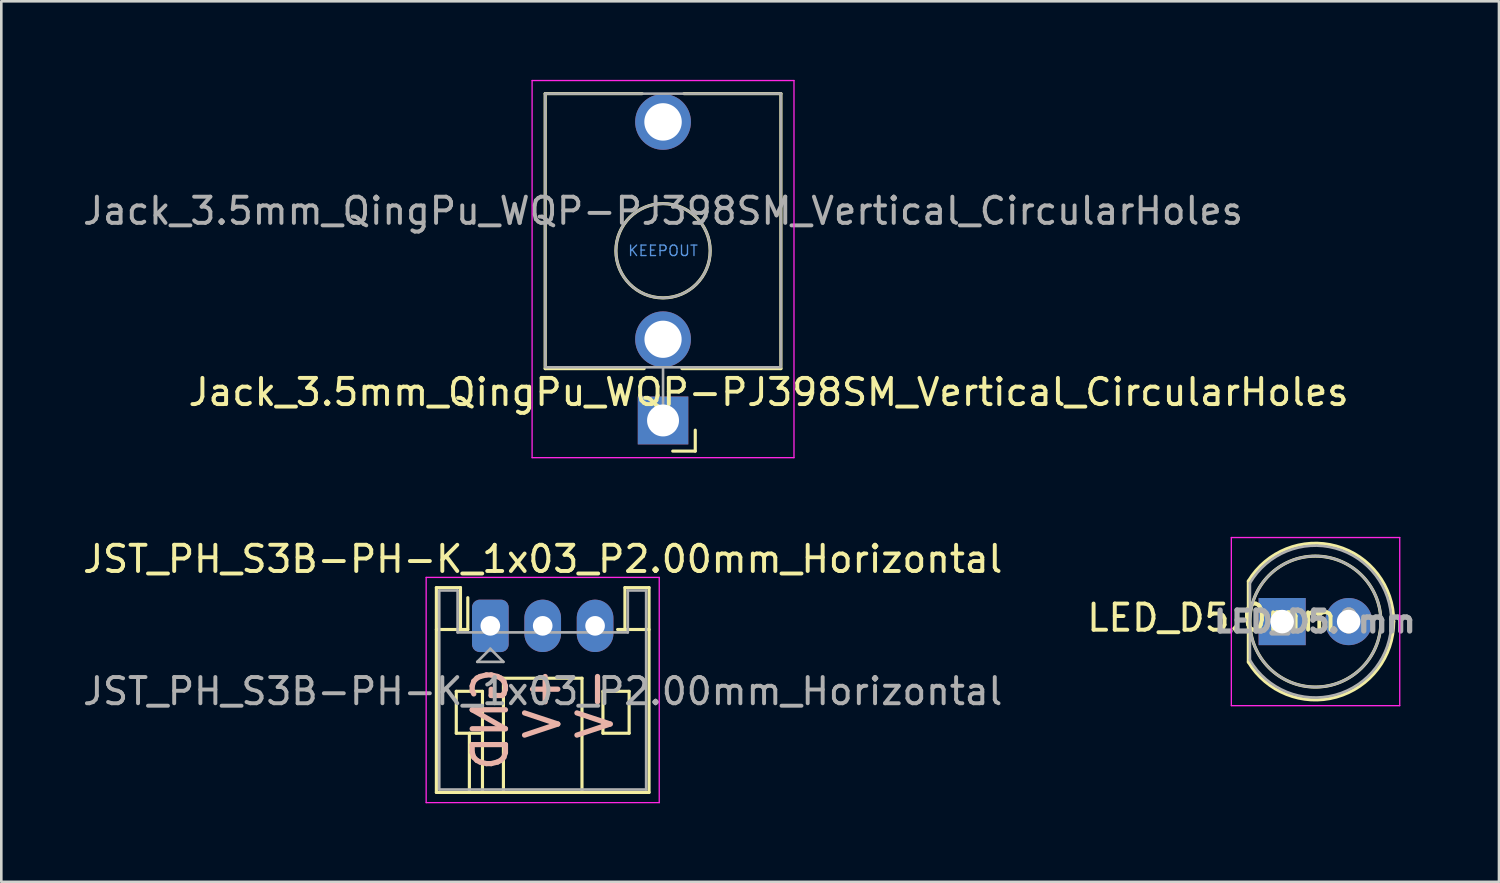
<source format=kicad_pcb>
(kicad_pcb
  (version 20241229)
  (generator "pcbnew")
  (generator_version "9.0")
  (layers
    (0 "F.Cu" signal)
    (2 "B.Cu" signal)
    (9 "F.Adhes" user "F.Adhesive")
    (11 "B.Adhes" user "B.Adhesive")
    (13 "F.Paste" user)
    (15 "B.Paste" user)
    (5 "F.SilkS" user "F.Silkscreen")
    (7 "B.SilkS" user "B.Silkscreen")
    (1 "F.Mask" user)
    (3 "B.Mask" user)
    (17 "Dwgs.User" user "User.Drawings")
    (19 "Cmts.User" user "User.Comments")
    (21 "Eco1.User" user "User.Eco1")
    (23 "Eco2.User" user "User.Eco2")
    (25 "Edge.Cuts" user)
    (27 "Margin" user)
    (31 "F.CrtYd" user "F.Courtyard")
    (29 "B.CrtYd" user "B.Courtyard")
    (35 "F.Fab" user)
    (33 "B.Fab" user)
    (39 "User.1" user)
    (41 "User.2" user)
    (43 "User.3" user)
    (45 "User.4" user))
  (footprint "LED_D5.0mm"
    (layer "F.Cu")
    (at 45.908 20.685)
    (property "Reference" "LED_D5.0mm" (at -2.676 -0.144 0) (layer "F.SilkS") (effects (font (size 1 1) (thickness 0.15))))
    (attr through_hole)
    (fp_line (start -1.29 -1.545) (end -1.29 1.545) (stroke (width 0.12) (type solid)) (layer "F.SilkS"))
    (fp_arc (start -1.29 -1.54483) (mid 2.071756 -2.880501) (end 4.26 -0.000048) (stroke (width 0.12) (type solid)) (layer "F.SilkS"))
    (fp_arc (start 4.26 0.000048) (mid 2.071756 2.880501) (end -1.29 1.54483) (stroke (width 0.12) (type solid)) (layer "F.SilkS"))
    (fp_circle (center 1.27 0) (end 3.77 0) (stroke (width 0.12) (type solid)) (fill no) (layer "F.SilkS"))
    (fp_line (start -1.94 -3.21) (end -1.94 3.21) (stroke (width 0.05) (type solid)) (layer "F.CrtYd"))
    (fp_line (start -1.94 3.21) (end 4.49 3.21) (stroke (width 0.05) (type solid)) (layer "F.CrtYd"))
    (fp_line (start 4.49 -3.21) (end -1.94 -3.21) (stroke (width 0.05) (type solid)) (layer "F.CrtYd"))
    (fp_line (start 4.49 3.21) (end 4.49 -3.21) (stroke (width 0.05) (type solid)) (layer "F.CrtYd"))
    (fp_line (start -1.23 -1.47) (end -1.23 1.47) (stroke (width 0.1) (type solid)) (layer "F.Fab"))
    (fp_arc (start -1.23 -1.469694) (mid 4.17 -0.000045) (end -1.229954 1.469772) (stroke (width 0.1) (type solid)) (layer "F.Fab"))
    (fp_circle (center 1.27 0) (end 3.77 0) (stroke (width 0.1) (type solid)) (fill no) (layer "F.Fab"))
    (fp_text user "${REFERENCE}" (at 1.25 0 0) (layer "F.Fab") (effects (font (size 0.8 0.8) (thickness 0.2))))
    (pad "1" thru_hole rect (at 0 0) (size 1.8 1.8) (drill 0.9) (layers "*.Cu" "*.Mask"))
    (pad "2" thru_hole circle (at 2.54 0) (size 1.8 1.8) (drill 0.9) (layers "*.Cu" "*.Mask")))
  (footprint "Jack_3.5mm_QingPu_WQP-PJ398SM_Vertical_CircularHoles"
    (layer "F.Cu")
    (at 22.268 6.525)
    (property "Reference" "Jack_3.5mm_QingPu_WQP-PJ398SM_Vertical_CircularHoles" (at 4.03 5.4 0) (layer "F.SilkS") (effects (font (size 1 1) (thickness 0.15))))
    (attr through_hole)
    (fp_line (start -4.5 -6) (end -0.8 -6) (stroke (width 0.12) (type solid)) (layer "F.SilkS"))
    (fp_line (start -4.5 4.5) (end -4.5 -6) (stroke (width 0.12) (type solid)) (layer "F.SilkS"))
    (fp_line (start -4.5 4.5) (end -0.72 4.5) (stroke (width 0.12) (type solid)) (layer "F.SilkS"))
    (fp_line (start 0.72 4.5) (end 4.5 4.5) (stroke (width 0.12) (type solid)) (layer "F.SilkS"))
    (fp_line (start 0.8 -6) (end 4.5 -6) (stroke (width 0.12) (type solid)) (layer "F.SilkS"))
    (fp_line (start 1.23 7.65) (end 0.37 7.65) (stroke (width 0.12) (type solid)) (layer "F.SilkS"))
    (fp_line (start 1.23 7.65) (end 1.23 6.85) (stroke (width 0.12) (type solid)) (layer "F.SilkS"))
    (fp_line (start 4.5 4.5) (end 4.5 -6) (stroke (width 0.12) (type solid)) (layer "F.SilkS"))
    (fp_circle (center 0 0) (end -1.8 0) (stroke (width 0.12) (type solid)) (fill no) (layer "F.SilkS"))
    (fp_line (start -5 -6.5) (end -5 7.9) (stroke (width 0.05) (type solid)) (layer "F.CrtYd"))
    (fp_line (start -5 -6.5) (end 5 -6.5) (stroke (width 0.05) (type solid)) (layer "F.CrtYd"))
    (fp_line (start -5 7.9) (end 5 7.9) (stroke (width 0.05) (type solid)) (layer "F.CrtYd"))
    (fp_line (start 5 -6.5) (end 5 7.9) (stroke (width 0.05) (type solid)) (layer "F.CrtYd"))
    (fp_line (start -4.5 -6) (end -4.5 4.4) (stroke (width 0.1) (type solid)) (layer "F.Fab"))
    (fp_line (start -4.5 -6) (end 4.5 -6) (stroke (width 0.1) (type solid)) (layer "F.Fab"))
    (fp_line (start -4.5 4.45) (end 4.5 4.45) (stroke (width 0.1) (type solid)) (layer "F.Fab"))
    (fp_line (start 0 6.48) (end 0 4.45) (stroke (width 0.1) (type solid)) (layer "F.Fab"))
    (fp_line (start 4.5 -6) (end 4.5 4.4) (stroke (width 0.1) (type solid)) (layer "F.Fab"))
    (fp_circle (center 0 0) (end -1.8 0) (stroke (width 0.1) (type solid)) (fill no) (layer "F.Fab"))
    (fp_text user "KEEPOUT" (at 0 0 180) (layer "Cmts.User") (effects (font (size 0.4 0.4) (thickness 0.051))))
    (fp_text user "${REFERENCE}" (at 0 -1.52 0) (layer "F.Fab") (effects (font (size 1 1) (thickness 0.15))))
    (pad "S" thru_hole rect (at 0 6.48) (size 1.93 1.83) (drill 1.22) (layers "*.Cu" "*.Mask"))
    (pad "T" thru_hole circle (at 0 -4.92) (size 2.13 2.13) (drill 1.43) (layers "*.Cu" "*.Mask"))
    (pad "TN" thru_hole circle (at 0 3.38) (size 2.13 2.13) (drill 1.42) (layers "*.Cu" "*.Mask"))
    (zone (net_name "") (layer "F.Cu") (hatch full 0.508) (connect_pads) (min_thickness 0.254) (filled_areas_thickness no) (keepout (tracks not_allowed) (vias not_allowed) (pads not_allowed) (copperpour not_allowed) (footprints not_allowed)) (placement (enabled no)) (fill) (polygon (pts (xy 20.763 6.525) (xy 20.783 6.771) (xy 20.843 7.01) (xy 20.941 7.236) (xy 21.075 7.443) (xy 21.241 7.626) (xy 21.435 7.779) (xy 21.651 7.898) (xy 21.883 7.98) (xy 22.126 8.023) (xy 22.373 8.026) (xy 22.617 7.989) (xy 22.851 7.913) (xy 23.07 7.799) (xy 23.267 7.651) (xy 23.438 7.472) (xy 23.577 7.268) (xy 23.68 7.045) (xy 23.746 6.807) (xy 23.773 6.562) (xy 23.758 6.316) (xy 23.704 6.075) (xy 23.611 5.846) (xy 23.482 5.636) (xy 23.321 5.45) (xy 23.131 5.292) (xy 22.918 5.168) (xy 22.688 5.08) (xy 22.446 5.03) (xy 22.2 5.021) (xy 21.955 5.053) (xy 21.719 5.124) (xy 21.497 5.232) (xy 21.296 5.375) (xy 21.122 5.549) (xy 20.978 5.75) (xy 20.868 5.971) (xy 20.797 6.207) (xy 20.765 6.451)))))
  (footprint "JST_PH_S3B-PH-K_1x03_P2.00mm_Horizontal"
    (layer "F.Cu")
    (at 15.673 20.848)
    (property "Reference" "JST_PH_S3B-PH-K_1x03_P2.00mm_Horizontal" (at 2 -2.55 0) (layer "F.SilkS") (effects (font (size 1 1) (thickness 0.15))))
    (attr through_hole)
    (fp_line (start -2.06 -1.46) (end -2.06 6.36) (stroke (width 0.12) (type solid)) (layer "F.SilkS"))
    (fp_line (start -2.06 0.14) (end -1.14 0.14) (stroke (width 0.12) (type solid)) (layer "F.SilkS"))
    (fp_line (start -2.06 6.36) (end 6.06 6.36) (stroke (width 0.12) (type solid)) (layer "F.SilkS"))
    (fp_line (start -1.3 2.5) (end -1.3 4.1) (stroke (width 0.12) (type solid)) (layer "F.SilkS"))
    (fp_line (start -1.3 4.1) (end -0.3 4.1) (stroke (width 0.12) (type solid)) (layer "F.SilkS"))
    (fp_line (start -1.14 -1.46) (end -2.06 -1.46) (stroke (width 0.12) (type solid)) (layer "F.SilkS"))
    (fp_line (start -1.14 0.14) (end -1.14 -1.46) (stroke (width 0.12) (type solid)) (layer "F.SilkS"))
    (fp_line (start -0.86 0.14) (end -1.14 0.14) (stroke (width 0.12) (type solid)) (layer "F.SilkS"))
    (fp_line (start -0.86 0.14) (end -0.86 -1.075) (stroke (width 0.12) (type solid)) (layer "F.SilkS"))
    (fp_line (start -0.8 4.1) (end -0.8 6.36) (stroke (width 0.12) (type solid)) (layer "F.SilkS"))
    (fp_line (start -0.3 2.5) (end -1.3 2.5) (stroke (width 0.12) (type solid)) (layer "F.SilkS"))
    (fp_line (start -0.3 4.1) (end -0.3 2.5) (stroke (width 0.12) (type solid)) (layer "F.SilkS"))
    (fp_line (start -0.3 4.1) (end -0.3 6.36) (stroke (width 0.12) (type solid)) (layer "F.SilkS"))
    (fp_line (start 0.5 2) (end 3.5 2) (stroke (width 0.12) (type solid)) (layer "F.SilkS"))
    (fp_line (start 0.5 6.36) (end 0.5 2) (stroke (width 0.12) (type solid)) (layer "F.SilkS"))
    (fp_line (start 3.5 2) (end 3.5 6.36) (stroke (width 0.12) (type solid)) (layer "F.SilkS"))
    (fp_line (start 4.3 2.5) (end 5.3 2.5) (stroke (width 0.12) (type solid)) (layer "F.SilkS"))
    (fp_line (start 4.3 4.1) (end 4.3 2.5) (stroke (width 0.12) (type solid)) (layer "F.SilkS"))
    (fp_line (start 5.14 -1.46) (end 5.14 0.14) (stroke (width 0.12) (type solid)) (layer "F.SilkS"))
    (fp_line (start 5.14 0.14) (end 4.86 0.14) (stroke (width 0.12) (type solid)) (layer "F.SilkS"))
    (fp_line (start 5.3 2.5) (end 5.3 4.1) (stroke (width 0.12) (type solid)) (layer "F.SilkS"))
    (fp_line (start 5.3 4.1) (end 4.3 4.1) (stroke (width 0.12) (type solid)) (layer "F.SilkS"))
    (fp_line (start 6.06 -1.46) (end 5.14 -1.46) (stroke (width 0.12) (type solid)) (layer "F.SilkS"))
    (fp_line (start 6.06 0.14) (end 5.14 0.14) (stroke (width 0.12) (type solid)) (layer "F.SilkS"))
    (fp_line (start 6.06 6.36) (end 6.06 -1.46) (stroke (width 0.12) (type solid)) (layer "F.SilkS"))
    (fp_line (start -2.45 -1.85) (end -2.45 6.75) (stroke (width 0.05) (type solid)) (layer "F.CrtYd"))
    (fp_line (start -2.45 6.75) (end 6.45 6.75) (stroke (width 0.05) (type solid)) (layer "F.CrtYd"))
    (fp_line (start 6.45 -1.85) (end -2.45 -1.85) (stroke (width 0.05) (type solid)) (layer "F.CrtYd"))
    (fp_line (start 6.45 6.75) (end 6.45 -1.85) (stroke (width 0.05) (type solid)) (layer "F.CrtYd"))
    (fp_line (start -1.95 -1.35) (end -1.95 6.25) (stroke (width 0.1) (type solid)) (layer "F.Fab"))
    (fp_line (start -1.95 6.25) (end 5.95 6.25) (stroke (width 0.1) (type solid)) (layer "F.Fab"))
    (fp_line (start -1.25 -1.35) (end -1.95 -1.35) (stroke (width 0.1) (type solid)) (layer "F.Fab"))
    (fp_line (start -1.25 0.25) (end -1.25 -1.35) (stroke (width 0.1) (type solid)) (layer "F.Fab"))
    (fp_line (start -0.5 1.375) (end 0.5 1.375) (stroke (width 0.1) (type solid)) (layer "F.Fab"))
    (fp_line (start 0 0.875) (end -0.5 1.375) (stroke (width 0.1) (type solid)) (layer "F.Fab"))
    (fp_line (start 0.5 1.375) (end 0 0.875) (stroke (width 0.1) (type solid)) (layer "F.Fab"))
    (fp_line (start 5.25 -1.35) (end 5.25 0.25) (stroke (width 0.1) (type solid)) (layer "F.Fab"))
    (fp_line (start 5.25 0.25) (end -1.25 0.25) (stroke (width 0.1) (type solid)) (layer "F.Fab"))
    (fp_line (start 5.95 -1.35) (end 5.25 -1.35) (stroke (width 0.1) (type solid)) (layer "F.Fab"))
    (fp_line (start 5.95 6.25) (end 5.95 -1.35) (stroke (width 0.1) (type solid)) (layer "F.Fab"))
    (fp_text user "-V" (at 4 1.5 90) (unlocked yes) (layer "B.SilkS") (effects (font (size 1.27 1.27) (thickness 0.2)) (justify left mirror)))
    (fp_text user "+V" (at 2 1.5 90) (unlocked yes) (layer "B.SilkS") (effects (font (size 1.27 1.27) (thickness 0.2)) (justify left mirror)))
    (fp_text user "GND" (at 0 1.5 90) (unlocked yes) (layer "B.SilkS") (effects (font (size 1.27 1.27) (thickness 0.2)) (justify left mirror)))
    (fp_text user "${REFERENCE}" (at 2 2.5 0) (layer "F.Fab") (effects (font (size 1 1) (thickness 0.15))))
    (pad "1" thru_hole roundrect (at 0 0) (size 1.4 2) (drill 0.75) (layers "*.Cu" "*.Mask") (roundrect_rratio 0.208))
    (pad "2" thru_hole oval (at 2 0) (size 1.4 2) (drill 0.75) (layers "*.Cu" "*.Mask"))
    (pad "3" thru_hole oval (at 4 0) (size 1.4 2) (drill 0.75) (layers "*.Cu" "*.Mask")))
  (gr_rect
    (start -3 -3)
    (end 54.188 30.623)
    (stroke (width 0.1) (type default))
    (fill no)
    (layer "Edge.Cuts")))
</source>
